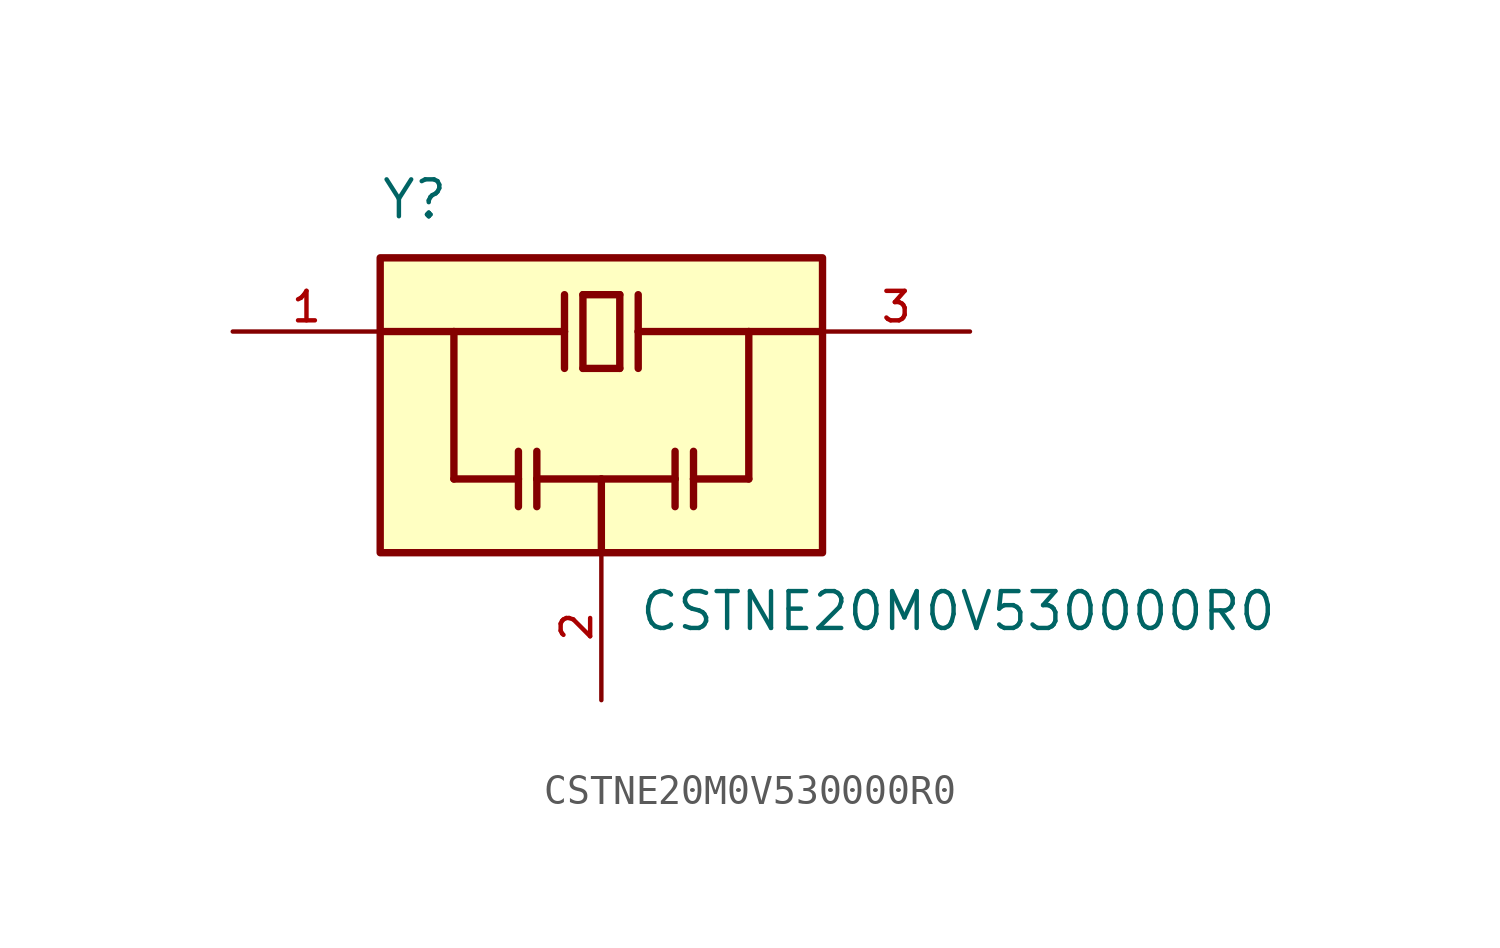
<source format=kicad_sym>
(kicad_symbol_lib
  (version 20211014)
  (generator kicad_symbol_editor)
  (symbol "CSTNE20M0V530000R0"
    (pin_names
      (offset 1.016))
    (property "Reference" "Y"
      (at -7.62 6.35 0)
      (effects (font (size 1.27 1.27)) (justify bottom left)))
    (property "Value" "CSTNE20M0V530000R0"
      (at 1.27 -6.35 0.0)
      (effects (font (size 1.27 1.27)) (justify top left)))
    (symbol "CSTNE20M0V530000R0_0_0"
      (polyline (pts (xy -1.27 3.81) (xy -1.27 2.54)) (stroke (width 0.254)))
      (polyline (pts (xy -1.27 2.54) (xy -1.27 1.27)) (stroke (width 0.254)))
      (polyline (pts (xy -0.635 1.27) (xy -0.635 3.81)) (stroke (width 0.254)))
      (polyline (pts (xy -0.635 3.81) (xy 0.635 3.81)) (stroke (width 0.254)))
      (polyline (pts (xy 0.635 3.81) (xy 0.635 1.27)) (stroke (width 0.254)))
      (polyline (pts (xy 0.635 1.27) (xy -0.635 1.27)) (stroke (width 0.254)))
      (polyline (pts (xy 1.27 3.81) (xy 1.27 2.54)) (stroke (width 0.254)))
      (polyline (pts (xy 1.27 2.54) (xy 1.27 1.27)) (stroke (width 0.254)))
      (polyline (pts (xy -2.857 -1.587) (xy -2.857 -2.54)) (stroke (width 0.254)))
      (polyline (pts (xy -2.857 -2.54) (xy -2.857 -3.493)) (stroke (width 0.254)))
      (polyline (pts (xy -2.223 -1.587) (xy -2.223 -2.54)) (stroke (width 0.254)))
      (polyline (pts (xy -2.223 -2.54) (xy -2.223 -3.493)) (stroke (width 0.254)))
      (polyline (pts (xy 2.54 -1.587) (xy 2.54 -2.54)) (stroke (width 0.254)))
      (polyline (pts (xy 2.54 -2.54) (xy 2.54 -3.493)) (stroke (width 0.254)))
      (polyline (pts (xy 3.175 -1.587) (xy 3.175 -2.54)) (stroke (width 0.254)))
      (polyline (pts (xy 3.175 -2.54) (xy 3.175 -3.493)) (stroke (width 0.254)))
      (polyline (pts (xy -7.62 2.54) (xy -5.08 2.54)) (stroke (width 0.254)))
      (polyline (pts (xy -5.08 2.54) (xy -1.27 2.54)) (stroke (width 0.254)))
      (polyline (pts (xy 1.27 2.54) (xy 5.08 2.54)) (stroke (width 0.254)))
      (polyline (pts (xy 5.08 2.54) (xy 7.62 2.54)) (stroke (width 0.254)))
      (polyline (pts (xy -2.857 -2.54) (xy -5.08 -2.54)) (stroke (width 0.254)))
      (polyline (pts (xy -5.08 -2.54) (xy -5.08 2.54)) (stroke (width 0.254)))
      (polyline (pts (xy 3.175 -2.54) (xy 5.08 -2.54)) (stroke (width 0.254)))
      (polyline (pts (xy 5.08 -2.54) (xy 5.08 2.54)) (stroke (width 0.254)))
      (polyline (pts (xy 0.0 -5.08) (xy 0.0 -2.54)) (stroke (width 0.254)))
      (polyline (pts (xy 0.0 -2.54) (xy -2.223 -2.54)) (stroke (width 0.254)))
      (polyline (pts (xy 0.0 -2.54) (xy 2.54 -2.54)) (stroke (width 0.254)))
      (rectangle (start -7.62 -5.08) (end 7.62 5.08) (stroke (width 0.254)) (fill (type background)))
      (pin input line (at -12.7 2.54 0) (length 5.08) (name "~" (effects (font (size 1.016 1.016)))) (number "1" (effects (font (size 1.016 1.016)))))
      (pin output line (at 12.7 2.54 180.0) (length 5.08) (name "~" (effects (font (size 1.016 1.016)))) (number "3" (effects (font (size 1.016 1.016)))))
      (pin power_in line (at 0.0 -10.16 90.0) (length 5.08) (name "~" (effects (font (size 1.016 1.016)))) (number "2" (effects (font (size 1.016 1.016))))))))
</source>
